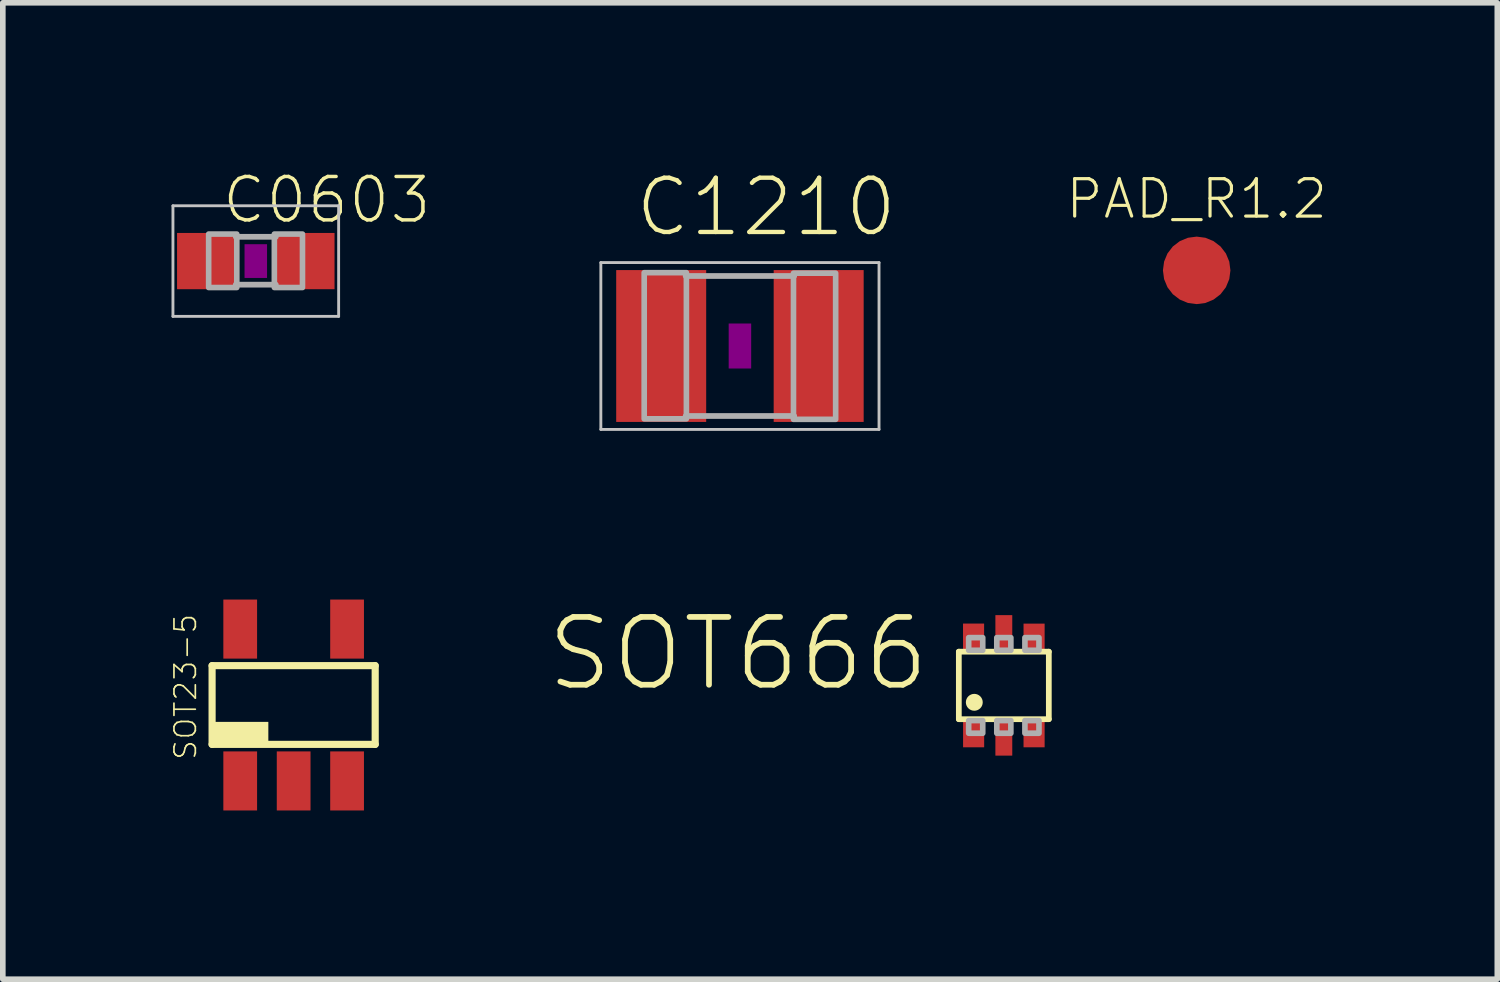
<source format=kicad_pcb>
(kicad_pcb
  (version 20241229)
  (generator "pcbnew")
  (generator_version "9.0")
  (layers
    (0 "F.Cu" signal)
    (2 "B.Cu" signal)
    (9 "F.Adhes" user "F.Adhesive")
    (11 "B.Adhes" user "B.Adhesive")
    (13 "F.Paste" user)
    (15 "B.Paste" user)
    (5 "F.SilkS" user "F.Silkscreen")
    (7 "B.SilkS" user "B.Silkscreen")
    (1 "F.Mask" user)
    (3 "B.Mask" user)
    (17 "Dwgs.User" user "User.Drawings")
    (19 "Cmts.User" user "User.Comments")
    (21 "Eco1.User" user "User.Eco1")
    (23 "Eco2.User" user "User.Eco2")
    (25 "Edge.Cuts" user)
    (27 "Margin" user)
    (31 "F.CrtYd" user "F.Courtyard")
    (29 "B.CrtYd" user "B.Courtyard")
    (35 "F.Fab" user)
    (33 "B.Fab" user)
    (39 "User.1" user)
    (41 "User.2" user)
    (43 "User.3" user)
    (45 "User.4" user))
  (footprint "C1210"
    (layer "F.Cu")
    (at 10.106 3.102)
    (property "Reference" "C1210" (at -1.905 -1.905 0) (layer "F.SilkS") (effects (font (size 0.965 0.965) (thickness 0.077)) (justify left bottom)))
    (attr through_hole)
    (fp_poly (pts (xy -0.2 0.4) (xy 0.2 0.4) (xy 0.2 -0.4) (xy -0.2 -0.4)) (stroke (width 0) (type solid)) (fill yes) (layer "F.Adhes"))
    (fp_line (start -2.473 -1.483) (end 2.473 -1.483) (stroke (width 0.051) (type solid)) (layer "Dwgs.User"))
    (fp_line (start -2.473 1.483) (end -2.473 -1.483) (stroke (width 0.051) (type solid)) (layer "Dwgs.User"))
    (fp_line (start 2.473 -1.483) (end 2.473 1.483) (stroke (width 0.051) (type solid)) (layer "Dwgs.User"))
    (fp_line (start 2.473 1.483) (end -2.473 1.483) (stroke (width 0.051) (type solid)) (layer "Dwgs.User"))
    (fp_line (start -0.965 -1.245) (end 0.965 -1.245) (stroke (width 0.102) (type solid)) (layer "F.Fab"))
    (fp_line (start -0.965 1.245) (end 0.965 1.245) (stroke (width 0.102) (type solid)) (layer "F.Fab"))
    (fp_poly (pts (xy -1.702 1.295) (xy -0.952 1.295) (xy -0.952 -1.304) (xy -1.702 -1.304)) (stroke (width 0.1) (type solid)) (fill no) (layer "F.Fab"))
    (fp_poly (pts (xy 0.952 1.304) (xy 1.702 1.304) (xy 1.702 -1.295) (xy 0.952 -1.295)) (stroke (width 0.1) (type solid)) (fill no) (layer "F.Fab"))
    (pad "1" smd rect (at -1.4 0) (size 1.6 2.7) (layers "F.Cu" "F.Mask" "F.Paste"))
    (pad "2" smd rect (at 1.4 0) (size 1.6 2.7) (layers "F.Cu" "F.Mask" "F.Paste")))
  (footprint "PAD_R1.2"
    (layer "F.Cu")
    (at 18.227 1.757)
    (property "Reference" "PAD_R1.2" (at 0 -1.27 0) (layer "F.SilkS") (effects (font (size 0.665 0.665) (thickness 0.056))))
    (attr through_hole)
    (pad "P$1" smd roundrect (at 0 0) (size 1.2 1.2) (layers "F.Cu" "F.Mask" "F.Paste") (roundrect_rratio 0.5)))
  (footprint "C0603"
    (layer "F.Cu")
    (at 1.498 1.592)
    (property "Reference" "C0603" (at -0.635 -0.635 180) (layer "F.SilkS") (effects (font (size 0.772 0.772) (thickness 0.062)) (justify left bottom)))
    (attr through_hole)
    (fp_poly (pts (xy -0.2 0.3) (xy 0.2 0.3) (xy 0.2 -0.3) (xy -0.2 -0.3)) (stroke (width 0) (type solid)) (fill yes) (layer "F.Adhes"))
    (fp_line (start -1.473 -0.983) (end 1.473 -0.983) (stroke (width 0.051) (type solid)) (layer "Dwgs.User"))
    (fp_line (start -1.473 0.983) (end -1.473 -0.983) (stroke (width 0.051) (type solid)) (layer "Dwgs.User"))
    (fp_line (start 1.473 -0.983) (end 1.473 0.983) (stroke (width 0.051) (type solid)) (layer "Dwgs.User"))
    (fp_line (start 1.473 0.983) (end -1.473 0.983) (stroke (width 0.051) (type solid)) (layer "Dwgs.User"))
    (fp_line (start -0.356 -0.432) (end 0.356 -0.432) (stroke (width 0.102) (type solid)) (layer "F.Fab"))
    (fp_line (start -0.356 0.419) (end 0.356 0.419) (stroke (width 0.102) (type solid)) (layer "F.Fab"))
    (fp_poly (pts (xy -0.838 0.47) (xy -0.338 0.47) (xy -0.338 -0.48) (xy -0.838 -0.48)) (stroke (width 0.1) (type solid)) (fill no) (layer "F.Fab"))
    (fp_poly (pts (xy 0.33 0.47) (xy 0.83 0.47) (xy 0.83 -0.48) (xy 0.33 -0.48)) (stroke (width 0.1) (type solid)) (fill no) (layer "F.Fab"))
    (pad "1" smd rect (at -0.85 0) (size 1.1 1) (layers "F.Cu" "F.Mask" "F.Paste"))
    (pad "2" smd rect (at 0.85 0) (size 1.1 1) (layers "F.Cu" "F.Mask" "F.Paste")))
  (footprint "SOT666"
    (layer "F.Cu")
    (at 14.798 9.137)
    (property "Reference" "SOT666" (at -1.27 -1.27 0) (layer "F.SilkS") (effects (font (size 1.206 1.206) (thickness 0.102)) (justify right top)))
    (attr through_hole)
    (fp_line (start -0.8 -0.6) (end -0.8 0.6) (stroke (width 0.102) (type solid)) (layer "F.SilkS"))
    (fp_line (start -0.8 0.6) (end 0.8 0.6) (stroke (width 0.102) (type solid)) (layer "F.SilkS"))
    (fp_line (start 0.8 -0.6) (end -0.8 -0.6) (stroke (width 0.102) (type solid)) (layer "F.SilkS"))
    (fp_line (start 0.8 0.6) (end 0.8 -0.6) (stroke (width 0.102) (type solid)) (layer "F.SilkS"))
    (fp_circle (center -0.525 0.3) (end -0.45 0.3) (stroke (width 0.15) (type solid)) (fill no) (layer "F.SilkS"))
    (fp_poly (pts (xy -0.625 -0.85) (xy -0.625 -0.625) (xy -0.375 -0.625) (xy -0.375 -0.85)) (stroke (width 0.1) (type solid)) (fill no) (layer "F.Fab"))
    (fp_poly (pts (xy -0.375 0.85) (xy -0.375 0.625) (xy -0.625 0.625) (xy -0.625 0.85)) (stroke (width 0.1) (type solid)) (fill no) (layer "F.Fab"))
    (fp_poly (pts (xy -0.125 -0.85) (xy -0.125 -0.625) (xy 0.125 -0.625) (xy 0.125 -0.85)) (stroke (width 0.1) (type solid)) (fill no) (layer "F.Fab"))
    (fp_poly (pts (xy 0.125 0.85) (xy 0.125 0.625) (xy -0.125 0.625) (xy -0.125 0.85)) (stroke (width 0.1) (type solid)) (fill no) (layer "F.Fab"))
    (fp_poly (pts (xy 0.375 -0.85) (xy 0.375 -0.625) (xy 0.625 -0.625) (xy 0.625 -0.85)) (stroke (width 0.1) (type solid)) (fill no) (layer "F.Fab"))
    (fp_poly (pts (xy 0.625 0.85) (xy 0.625 0.625) (xy 0.375 0.625) (xy 0.375 0.85)) (stroke (width 0.1) (type solid)) (fill no) (layer "F.Fab"))
    (pad "1" smd rect (at -0.537 0.85 90) (size 0.5 0.375) (layers "F.Cu" "F.Mask" "F.Paste"))
    (pad "2" smd rect (at 0 0.923 90) (size 0.65 0.3) (layers "F.Cu" "F.Mask" "F.Paste"))
    (pad "3" smd rect (at 0.538 0.85 90) (size 0.5 0.375) (layers "F.Cu" "F.Mask" "F.Paste"))
    (pad "4" smd rect (at 0.538 -0.849 90) (size 0.5 0.375) (layers "F.Cu" "F.Mask" "F.Paste"))
    (pad "5" smd rect (at 0 -0.925 90) (size 0.65 0.3) (layers "F.Cu" "F.Mask" "F.Paste"))
    (pad "6" smd rect (at -0.538 -0.85 90) (size 0.5 0.375) (layers "F.Cu" "F.Mask" "F.Paste")))
  (footprint "SOT23-5"
    (layer "F.Cu")
    (at 2.171 9.485)
    (property "Reference" "SOT23-5" (at -1.7 1 90) (layer "F.SilkS") (effects (font (size 0.38 0.38) (thickness 0.03)) (justify left bottom)))
    (attr through_hole)
    (fp_line (start -1.45 -0.7) (end -1.45 0.7) (stroke (width 0.127) (type solid)) (layer "F.SilkS"))
    (fp_line (start -1.45 0.7) (end 1.45 0.7) (stroke (width 0.127) (type solid)) (layer "F.SilkS"))
    (fp_line (start 1.45 -0.7) (end -1.45 -0.7) (stroke (width 0.127) (type solid)) (layer "F.SilkS"))
    (fp_line (start 1.45 0.7) (end 1.45 -0.7) (stroke (width 0.127) (type solid)) (layer "F.SilkS"))
    (fp_poly (pts (xy -1.45 0.7) (xy -0.45 0.7) (xy -0.45 0.3) (xy -1.45 0.3)) (stroke (width 0) (type solid)) (fill yes) (layer "F.SilkS"))
    (pad "1" smd rect (at -0.95 1.35) (size 0.6 1.05) (layers "F.Cu" "F.Mask" "F.Paste"))
    (pad "2" smd rect (at 0 1.35) (size 0.6 1.05) (layers "F.Cu" "F.Mask" "F.Paste"))
    (pad "3" smd rect (at 0.95 1.35) (size 0.6 1.05) (layers "F.Cu" "F.Mask" "F.Paste"))
    (pad "4" smd rect (at 0.95 -1.35) (size 0.6 1.05) (layers "F.Cu" "F.Mask" "F.Paste"))
    (pad "5" smd rect (at -0.95 -1.35) (size 0.6 1.05) (layers "F.Cu" "F.Mask" "F.Paste")))
  (gr_rect
    (start -3 -3)
    (end 23.572 14.36)
    (stroke (width 0.1) (type default))
    (fill no)
    (layer "Edge.Cuts")))
</source>
